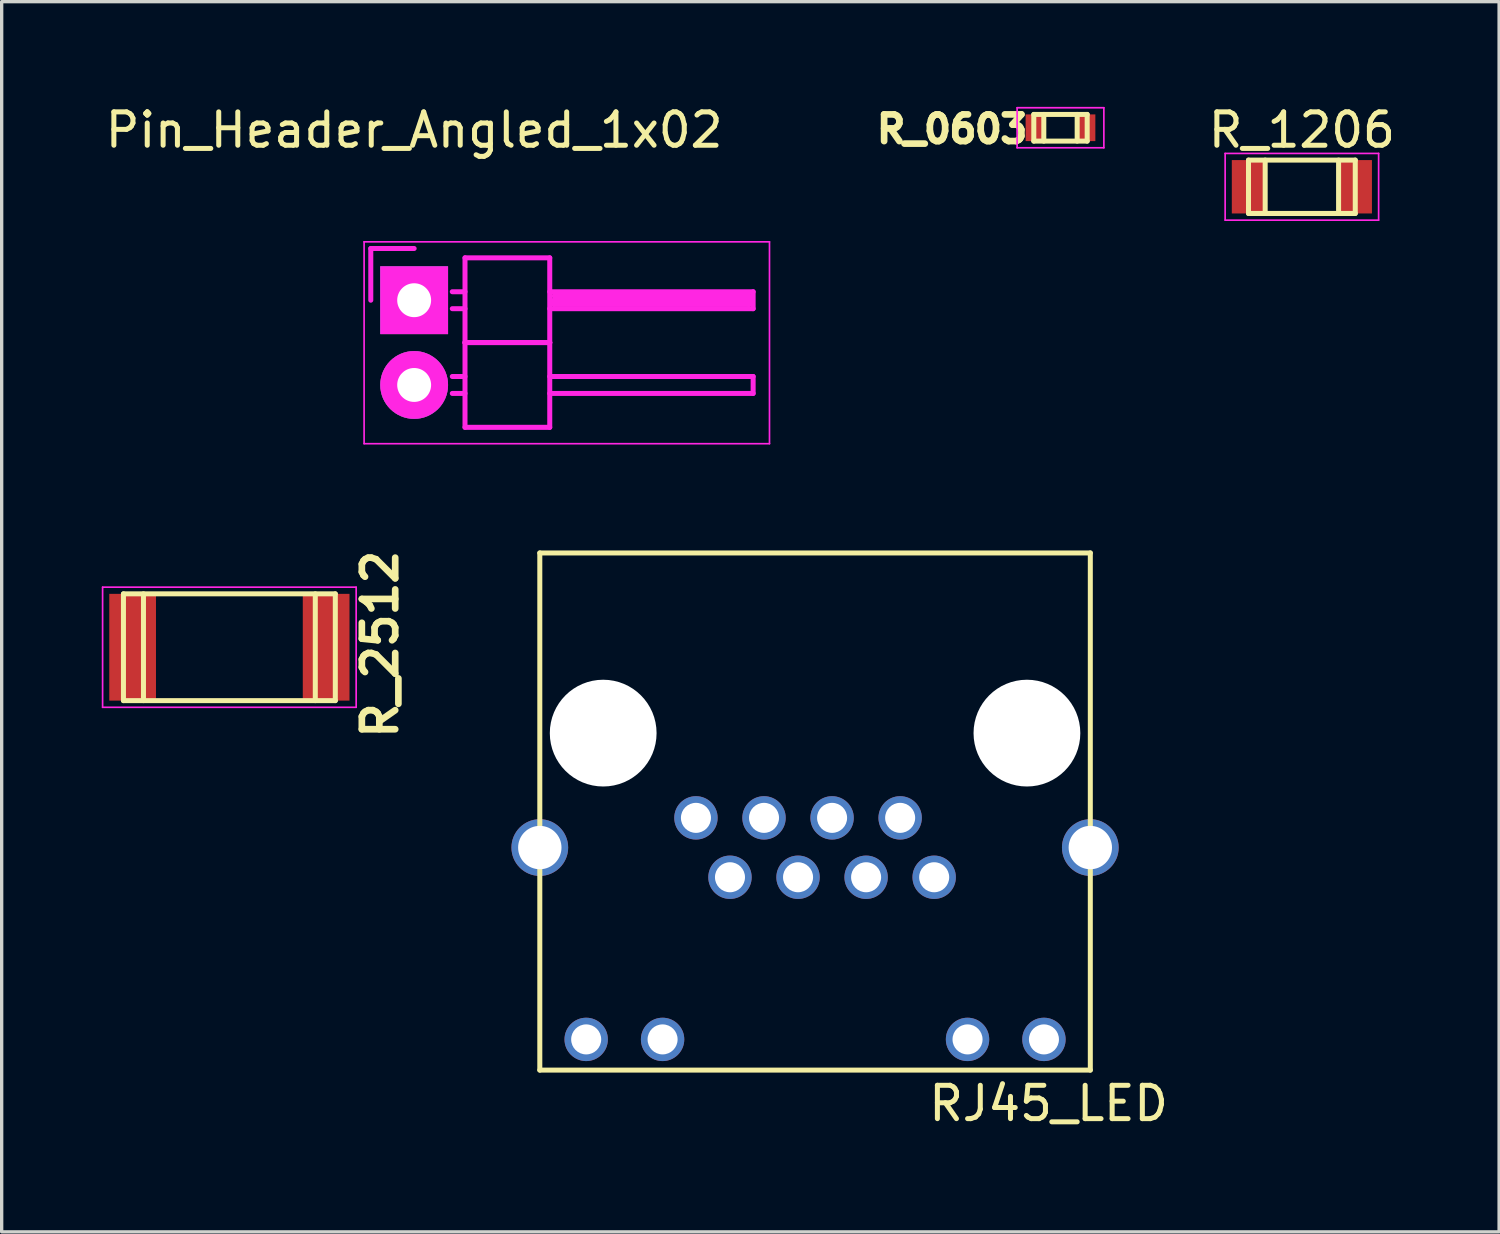
<source format=kicad_pcb>
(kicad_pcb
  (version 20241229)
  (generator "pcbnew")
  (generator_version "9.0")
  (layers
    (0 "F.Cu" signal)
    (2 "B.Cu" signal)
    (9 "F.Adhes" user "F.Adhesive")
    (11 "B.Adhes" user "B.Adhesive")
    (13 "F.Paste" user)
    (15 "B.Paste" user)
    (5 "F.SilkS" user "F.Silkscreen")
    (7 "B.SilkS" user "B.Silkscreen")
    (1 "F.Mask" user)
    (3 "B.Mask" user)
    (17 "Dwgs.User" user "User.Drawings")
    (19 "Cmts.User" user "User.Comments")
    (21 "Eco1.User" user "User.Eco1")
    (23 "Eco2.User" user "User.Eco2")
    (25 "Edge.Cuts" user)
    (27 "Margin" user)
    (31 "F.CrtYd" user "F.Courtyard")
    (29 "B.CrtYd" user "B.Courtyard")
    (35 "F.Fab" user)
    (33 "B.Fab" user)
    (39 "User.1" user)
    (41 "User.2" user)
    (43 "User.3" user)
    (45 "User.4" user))
  (footprint "R_0603"
    (layer "F.Cu")
    (at 28.735 0.779)
    (property "Reference" "R_0603" (at -3.248 0.04 0) (layer "F.SilkS") (effects (font (size 0.8 0.8) (thickness 0.2))))
    (attr smd)
    (fp_line (start -0.8 -0.4) (end -0.8 0.4) (stroke (width 0.15) (type solid)) (layer "F.SilkS"))
    (fp_line (start -0.8 0.4) (end 0.8 0.4) (stroke (width 0.15) (type solid)) (layer "F.SilkS"))
    (fp_line (start -0.5 -0.4) (end -0.5 0.4) (stroke (width 0.15) (type solid)) (layer "F.SilkS"))
    (fp_line (start 0.5 -0.4) (end 0.5 0.4) (stroke (width 0.15) (type solid)) (layer "F.SilkS"))
    (fp_line (start 0.8 -0.4) (end -0.8 -0.4) (stroke (width 0.15) (type solid)) (layer "F.SilkS"))
    (fp_line (start 0.8 0.4) (end 0.8 -0.4) (stroke (width 0.15) (type solid)) (layer "F.SilkS"))
    (fp_line (start -1.3 -0.6) (end -1.3 0.6) (stroke (width 0.05) (type solid)) (layer "F.CrtYd"))
    (fp_line (start -1.3 -0.6) (end 1.3 -0.6) (stroke (width 0.05) (type solid)) (layer "F.CrtYd"))
    (fp_line (start -1.3 0.6) (end 1.3 0.6) (stroke (width 0.05) (type solid)) (layer "F.CrtYd"))
    (fp_line (start 1.3 -0.6) (end 1.3 0.6) (stroke (width 0.05) (type solid)) (layer "F.CrtYd"))
    (pad "1" smd rect (at -0.75 0) (size 0.59 0.8) (layers "F.Cu" "F.Mask" "F.Paste"))
    (pad "2" smd rect (at 0.75 0) (size 0.59 0.8) (layers "F.Cu" "F.Mask" "F.Paste")))
  (footprint "R_2512"
    (layer "F.Cu")
    (at 3.825 16.349)
    (property "Reference" "R_2512" (at 4.518 -0.09 90) (layer "F.SilkS") (effects (font (size 1 1) (thickness 0.2))))
    (attr smd)
    (fp_line (start -3.175 -1.6) (end -3.175 1.6) (stroke (width 0.15) (type solid)) (layer "F.SilkS"))
    (fp_line (start -3.175 1.6) (end 3.175 1.6) (stroke (width 0.15) (type solid)) (layer "F.SilkS"))
    (fp_line (start -2.575 -1.6) (end -2.575 1.6) (stroke (width 0.15) (type solid)) (layer "F.SilkS"))
    (fp_line (start 2.575 1.6) (end 2.575 -1.6) (stroke (width 0.15) (type solid)) (layer "F.SilkS"))
    (fp_line (start 3.175 -1.6) (end -3.175 -1.6) (stroke (width 0.15) (type solid)) (layer "F.SilkS"))
    (fp_line (start 3.175 1.6) (end 3.175 -1.6) (stroke (width 0.15) (type solid)) (layer "F.SilkS"))
    (fp_line (start -3.8 -1.8) (end -3.8 1.8) (stroke (width 0.05) (type solid)) (layer "F.CrtYd"))
    (fp_line (start -3.8 -1.8) (end 3.8 -1.8) (stroke (width 0.05) (type solid)) (layer "F.CrtYd"))
    (fp_line (start -3.8 1.8) (end 3.8 1.8) (stroke (width 0.05) (type solid)) (layer "F.CrtYd"))
    (fp_line (start 3.8 -1.8) (end 3.8 1.8) (stroke (width 0.05) (type solid)) (layer "F.CrtYd"))
    (pad "1" smd rect (at -2.9 0) (size 1.4 3.2) (layers "F.Cu" "F.Mask" "F.Paste"))
    (pad "2" smd rect (at 2.9 0) (size 1.4 3.2) (layers "F.Cu" "F.Mask" "F.Paste")))
  (footprint "Pin_Header_Angled_1x02"
    (layer "F.Cu")
    (at 9.363 5.948)
    (property "Reference" "Pin_Header_Angled_1x02" (at 0 -5.1 0) (layer "F.SilkS") (effects (font (size 1 1) (thickness 0.15))))
    (attr through_hole)
    (fp_line (start -1.5 -1.75) (end -1.5 4.3) (stroke (width 0.05) (type solid)) (layer "F.CrtYd"))
    (fp_line (start -1.5 -1.75) (end 10.65 -1.75) (stroke (width 0.05) (type solid)) (layer "F.CrtYd"))
    (fp_line (start -1.5 4.3) (end 10.65 4.3) (stroke (width 0.05) (type solid)) (layer "F.CrtYd"))
    (fp_line (start -1.3 -1.55) (end -1.3 0) (stroke (width 0.15) (type solid)) (layer "F.CrtYd"))
    (fp_line (start 0 -1.55) (end -1.3 -1.55) (stroke (width 0.15) (type solid)) (layer "F.CrtYd"))
    (fp_line (start 1.524 -1.27) (end 1.524 1.27) (stroke (width 0.15) (type solid)) (layer "F.CrtYd"))
    (fp_line (start 1.524 -1.27) (end 4.064 -1.27) (stroke (width 0.15) (type solid)) (layer "F.CrtYd"))
    (fp_line (start 1.524 -0.254) (end 1.143 -0.254) (stroke (width 0.15) (type solid)) (layer "F.CrtYd"))
    (fp_line (start 1.524 0.254) (end 1.143 0.254) (stroke (width 0.15) (type solid)) (layer "F.CrtYd"))
    (fp_line (start 1.524 1.27) (end 1.524 3.81) (stroke (width 0.15) (type solid)) (layer "F.CrtYd"))
    (fp_line (start 1.524 1.27) (end 4.064 1.27) (stroke (width 0.15) (type solid)) (layer "F.CrtYd"))
    (fp_line (start 1.524 1.27) (end 4.064 1.27) (stroke (width 0.15) (type solid)) (layer "F.CrtYd"))
    (fp_line (start 1.524 2.286) (end 1.143 2.286) (stroke (width 0.15) (type solid)) (layer "F.CrtYd"))
    (fp_line (start 1.524 2.794) (end 1.143 2.794) (stroke (width 0.15) (type solid)) (layer "F.CrtYd"))
    (fp_line (start 1.524 3.81) (end 4.064 3.81) (stroke (width 0.15) (type solid)) (layer "F.CrtYd"))
    (fp_line (start 4.064 -0.254) (end 10.16 -0.254) (stroke (width 0.15) (type solid)) (layer "F.CrtYd"))
    (fp_line (start 4.064 1.27) (end 4.064 -1.27) (stroke (width 0.15) (type solid)) (layer "F.CrtYd"))
    (fp_line (start 4.064 2.286) (end 10.16 2.286) (stroke (width 0.15) (type solid)) (layer "F.CrtYd"))
    (fp_line (start 4.064 3.81) (end 4.064 1.27) (stroke (width 0.15) (type solid)) (layer "F.CrtYd"))
    (fp_line (start 4.191 -0.127) (end 10.033 -0.127) (stroke (width 0.15) (type solid)) (layer "F.CrtYd"))
    (fp_line (start 4.191 0) (end 10.033 0) (stroke (width 0.15) (type solid)) (layer "F.CrtYd"))
    (fp_line (start 4.191 0.127) (end 4.191 0) (stroke (width 0.15) (type solid)) (layer "F.CrtYd"))
    (fp_line (start 10.033 -0.127) (end 10.033 0.127) (stroke (width 0.15) (type solid)) (layer "F.CrtYd"))
    (fp_line (start 10.033 0.127) (end 4.191 0.127) (stroke (width 0.15) (type solid)) (layer "F.CrtYd"))
    (fp_line (start 10.16 -0.254) (end 10.16 0.254) (stroke (width 0.15) (type solid)) (layer "F.CrtYd"))
    (fp_line (start 10.16 0.254) (end 4.064 0.254) (stroke (width 0.15) (type solid)) (layer "F.CrtYd"))
    (fp_line (start 10.16 2.286) (end 10.16 2.794) (stroke (width 0.15) (type solid)) (layer "F.CrtYd"))
    (fp_line (start 10.16 2.794) (end 4.064 2.794) (stroke (width 0.15) (type solid)) (layer "F.CrtYd"))
    (fp_line (start 10.65 -1.75) (end 10.65 4.3) (stroke (width 0.05) (type solid)) (layer "F.CrtYd"))
    (pad "1" thru_hole rect (at 0 0) (size 2.032 2.032) (drill 1.016) (layers "*.Cu" "*.Mask" "F.CrtYd"))
    (pad "2" thru_hole oval (at 0 2.54) (size 2.032 2.032) (drill 1.016) (layers "*.Cu" "*.Mask" "F.CrtYd")))
  (footprint "RJ45_LED"
    (layer "F.Cu")
    (at 21.379 13.523)
    (property "Reference" "RJ45_LED" (at 7 16.5 0) (layer "F.SilkS") (effects (font (size 1 1) (thickness 0.15))))
    (attr through_hole)
    (fp_line (start -8.25 0) (end -8.25 15.5) (stroke (width 0.15) (type solid)) (layer "F.SilkS"))
    (fp_line (start -8.25 15.5) (end 8.25 15.5) (stroke (width 0.15) (type solid)) (layer "F.SilkS"))
    (fp_line (start 8.25 0) (end -8.25 0) (stroke (width 0.15) (type solid)) (layer "F.SilkS"))
    (fp_line (start 8.25 15.5) (end 8.25 0) (stroke (width 0.15) (type solid)) (layer "F.SilkS"))
    (pad "" np_thru_hole circle (at -6.35 5.4) (size 3.2 3.2) (drill 3.2) (layers "*.Cu" "*.Mask"))
    (pad "" np_thru_hole circle (at 6.35 5.4) (size 3.2 3.2) (drill 3.2) (layers "*.Cu" "*.Mask"))
    (pad "1" thru_hole circle (at -3.57 7.94) (size 1.3 1.3) (drill 0.9) (layers "*.Cu" "*.Mask"))
    (pad "2" thru_hole circle (at -2.55 9.72) (size 1.3 1.3) (drill 0.9) (layers "*.Cu" "*.Mask"))
    (pad "3" thru_hole circle (at -1.53 7.94) (size 1.3 1.3) (drill 0.9) (layers "*.Cu" "*.Mask"))
    (pad "4" thru_hole circle (at -0.51 9.72) (size 1.3 1.3) (drill 0.9) (layers "*.Cu" "*.Mask"))
    (pad "5" thru_hole circle (at 0.51 7.94) (size 1.3 1.3) (drill 0.9) (layers "*.Cu" "*.Mask"))
    (pad "6" thru_hole circle (at 1.53 9.72) (size 1.3 1.3) (drill 0.9) (layers "*.Cu" "*.Mask"))
    (pad "7" thru_hole circle (at 2.55 7.94) (size 1.3 1.3) (drill 0.9) (layers "*.Cu" "*.Mask"))
    (pad "8" thru_hole circle (at 3.57 9.72) (size 1.3 1.3) (drill 0.9) (layers "*.Cu" "*.Mask"))
    (pad "9" thru_hole circle (at 6.86 14.58) (size 1.3 1.3) (drill 0.9) (layers "*.Cu" "*.Mask"))
    (pad "10" thru_hole circle (at 4.57 14.58) (size 1.3 1.3) (drill 0.9) (layers "*.Cu" "*.Mask"))
    (pad "11" thru_hole circle (at -4.57 14.58) (size 1.3 1.3) (drill 0.9) (layers "*.Cu" "*.Mask"))
    (pad "12" thru_hole circle (at -6.86 14.58) (size 1.3 1.3) (drill 0.9) (layers "*.Cu" "*.Mask"))
    (pad "13" thru_hole circle (at -8.25 8.83) (size 1.7 1.7) (drill 1.3) (layers "*.Cu" "*.Mask"))
    (pad "13" thru_hole circle (at 8.25 8.83) (size 1.7 1.7) (drill 1.3) (layers "*.Cu" "*.Mask")))
  (footprint "R_1206"
    (layer "F.Cu")
    (at 35.97 2.548)
    (property "Reference" "R_1206" (at 0 -1.7 0) (layer "F.SilkS") (effects (font (size 1 1) (thickness 0.15))))
    (attr smd)
    (fp_line (start -1.6 -0.8) (end -1.6 0.8) (stroke (width 0.15) (type solid)) (layer "F.SilkS"))
    (fp_line (start -1.6 0.8) (end 1.6 0.8) (stroke (width 0.15) (type solid)) (layer "F.SilkS"))
    (fp_line (start -1.1 -0.8) (end -1.1 0.8) (stroke (width 0.15) (type solid)) (layer "F.SilkS"))
    (fp_line (start 1.1 -0.8) (end 1.1 0.8) (stroke (width 0.15) (type solid)) (layer "F.SilkS"))
    (fp_line (start 1.6 -0.8) (end -1.6 -0.8) (stroke (width 0.15) (type solid)) (layer "F.SilkS"))
    (fp_line (start 1.6 0.8) (end 1.6 -0.8) (stroke (width 0.15) (type solid)) (layer "F.SilkS"))
    (fp_line (start -2.3 -1) (end -2.3 1) (stroke (width 0.05) (type solid)) (layer "F.CrtYd"))
    (fp_line (start -2.3 -1) (end 2.3 -1) (stroke (width 0.05) (type solid)) (layer "F.CrtYd"))
    (fp_line (start -2.3 1) (end 2.3 1) (stroke (width 0.05) (type solid)) (layer "F.CrtYd"))
    (fp_line (start 2.3 -1) (end 2.3 1) (stroke (width 0.05) (type solid)) (layer "F.CrtYd"))
    (pad "1" smd rect (at -1.6 0) (size 1 1.6) (layers "F.Cu" "F.Mask" "F.Paste"))
    (pad "2" smd rect (at 1.6 0) (size 1 1.6) (layers "F.Cu" "F.Mask" "F.Paste")))
  (gr_rect
    (start -3 -3)
    (end 41.881 33.871)
    (stroke (width 0.1) (type default))
    (fill no)
    (layer "Edge.Cuts")))
</source>
